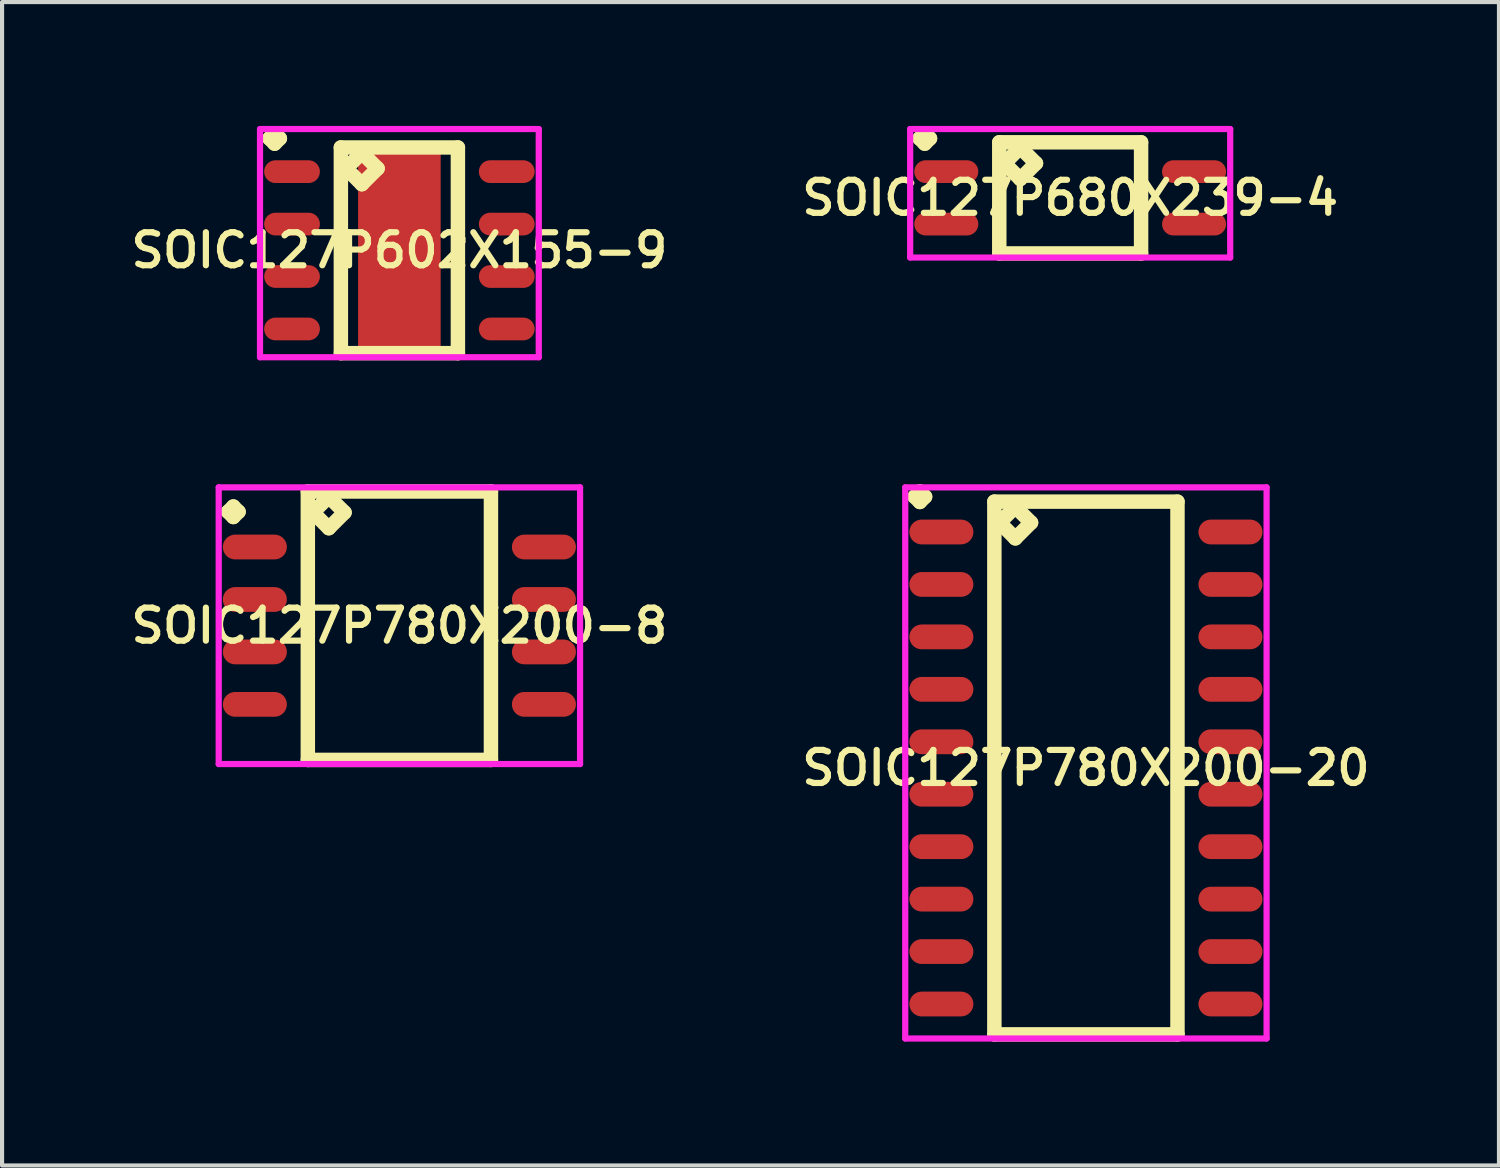
<source format=kicad_pcb>
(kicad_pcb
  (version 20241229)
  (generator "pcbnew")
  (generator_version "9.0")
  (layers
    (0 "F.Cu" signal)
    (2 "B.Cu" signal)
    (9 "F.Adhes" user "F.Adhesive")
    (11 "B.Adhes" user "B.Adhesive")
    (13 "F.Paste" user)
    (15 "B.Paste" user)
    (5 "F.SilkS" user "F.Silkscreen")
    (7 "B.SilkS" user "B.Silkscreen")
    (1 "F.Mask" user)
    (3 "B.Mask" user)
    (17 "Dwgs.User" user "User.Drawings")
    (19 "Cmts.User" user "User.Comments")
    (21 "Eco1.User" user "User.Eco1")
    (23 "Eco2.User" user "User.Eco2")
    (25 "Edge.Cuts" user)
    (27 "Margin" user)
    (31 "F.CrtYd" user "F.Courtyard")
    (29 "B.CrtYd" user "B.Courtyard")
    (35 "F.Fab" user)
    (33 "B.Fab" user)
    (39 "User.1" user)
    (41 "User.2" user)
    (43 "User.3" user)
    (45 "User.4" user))
  (footprint "SOIC127P780X200-8"
    (layer "F.Cu")
    (at 6.621 12.101)
    (property "Reference" "SOIC127P780X200-8" (at 0 0 0) (layer "F.SilkS") (effects (font (size 0.8 0.8) (thickness 0.15))))
    (attr smd)
    (fp_line (start -4.148 -2.759) (end -4.021 -2.886) (stroke (width 0.35) (type solid)) (layer "F.SilkS"))
    (fp_line (start -4.021 -2.886) (end -3.894 -2.759) (stroke (width 0.35) (type solid)) (layer "F.SilkS"))
    (fp_line (start -4.021 -2.632) (end -4.148 -2.759) (stroke (width 0.35) (type solid)) (layer "F.SilkS"))
    (fp_line (start -3.894 -2.759) (end -4.021 -2.632) (stroke (width 0.35) (type solid)) (layer "F.SilkS"))
    (fp_line (start -2.217 -3.25) (end -2.217 3.25) (stroke (width 0.35) (type solid)) (layer "F.SilkS"))
    (fp_line (start -2.217 3.25) (end 2.217 3.25) (stroke (width 0.35) (type solid)) (layer "F.SilkS"))
    (fp_line (start -2.09 -2.742) (end -1.709 -3.123) (stroke (width 0.35) (type solid)) (layer "F.SilkS"))
    (fp_line (start -1.709 -3.123) (end -1.328 -2.742) (stroke (width 0.35) (type solid)) (layer "F.SilkS"))
    (fp_line (start -1.709 -2.361) (end -2.09 -2.742) (stroke (width 0.35) (type solid)) (layer "F.SilkS"))
    (fp_line (start -1.328 -2.742) (end -1.709 -2.361) (stroke (width 0.35) (type solid)) (layer "F.SilkS"))
    (fp_line (start 2.217 -3.25) (end -2.217 -3.25) (stroke (width 0.35) (type solid)) (layer "F.SilkS"))
    (fp_line (start 2.217 3.25) (end 2.217 -3.25) (stroke (width 0.35) (type solid)) (layer "F.SilkS"))
    (fp_line (start -4.375 -3.35) (end 4.375 -3.35) (stroke (width 0.15) (type solid)) (layer "F.CrtYd"))
    (fp_line (start -4.375 3.35) (end -4.375 -3.35) (stroke (width 0.15) (type solid)) (layer "F.CrtYd"))
    (fp_line (start 4.375 -3.35) (end 4.375 3.35) (stroke (width 0.15) (type solid)) (layer "F.CrtYd"))
    (fp_line (start 4.375 3.35) (end -4.375 3.35) (stroke (width 0.15) (type solid)) (layer "F.CrtYd"))
    (pad "1" smd oval (at -3.5 -1.905) (size 1.55 0.6) (layers "F.Cu" "F.Mask" "F.Paste"))
    (pad "2" smd oval (at -3.5 -0.635) (size 1.55 0.6) (layers "F.Cu" "F.Mask" "F.Paste"))
    (pad "3" smd oval (at -3.5 0.635) (size 1.55 0.6) (layers "F.Cu" "F.Mask" "F.Paste"))
    (pad "4" smd oval (at -3.5 1.905) (size 1.55 0.6) (layers "F.Cu" "F.Mask" "F.Paste"))
    (pad "5" smd oval (at 3.5 1.905) (size 1.55 0.6) (layers "F.Cu" "F.Mask" "F.Paste"))
    (pad "6" smd oval (at 3.5 0.635) (size 1.55 0.6) (layers "F.Cu" "F.Mask" "F.Paste"))
    (pad "7" smd oval (at 3.5 -0.635) (size 1.55 0.6) (layers "F.Cu" "F.Mask" "F.Paste"))
    (pad "8" smd oval (at 3.5 -1.905) (size 1.55 0.6) (layers "F.Cu" "F.Mask" "F.Paste")))
  (footprint "SOIC127P680X239-4"
    (layer "F.Cu")
    (at 22.864 1.741)
    (property "Reference" "SOIC127P680X239-4" (at 0 0 0) (layer "F.SilkS") (effects (font (size 0.8 0.8) (thickness 0.15))))
    (attr smd)
    (fp_line (start -3.648 -1.439) (end -3.521 -1.566) (stroke (width 0.35) (type solid)) (layer "F.SilkS"))
    (fp_line (start -3.521 -1.566) (end -3.394 -1.439) (stroke (width 0.35) (type solid)) (layer "F.SilkS"))
    (fp_line (start -3.521 -1.312) (end -3.648 -1.439) (stroke (width 0.35) (type solid)) (layer "F.SilkS"))
    (fp_line (start -3.394 -1.439) (end -3.521 -1.312) (stroke (width 0.35) (type solid)) (layer "F.SilkS"))
    (fp_line (start -1.717 -1.345) (end -1.717 1.345) (stroke (width 0.35) (type solid)) (layer "F.SilkS"))
    (fp_line (start -1.717 1.345) (end 1.717 1.345) (stroke (width 0.35) (type solid)) (layer "F.SilkS"))
    (fp_line (start -1.59 -0.837) (end -1.209 -1.218) (stroke (width 0.35) (type solid)) (layer "F.SilkS"))
    (fp_line (start -1.209 -1.218) (end -0.828 -0.837) (stroke (width 0.35) (type solid)) (layer "F.SilkS"))
    (fp_line (start -1.209 -0.456) (end -1.59 -0.837) (stroke (width 0.35) (type solid)) (layer "F.SilkS"))
    (fp_line (start -0.828 -0.837) (end -1.209 -0.456) (stroke (width 0.35) (type solid)) (layer "F.SilkS"))
    (fp_line (start 1.717 -1.345) (end -1.717 -1.345) (stroke (width 0.35) (type solid)) (layer "F.SilkS"))
    (fp_line (start 1.717 1.345) (end 1.717 -1.345) (stroke (width 0.35) (type solid)) (layer "F.SilkS"))
    (fp_line (start -3.875 -1.666) (end 3.875 -1.666) (stroke (width 0.15) (type solid)) (layer "F.CrtYd"))
    (fp_line (start -3.875 1.445) (end -3.875 -1.666) (stroke (width 0.15) (type solid)) (layer "F.CrtYd"))
    (fp_line (start 3.875 -1.666) (end 3.875 1.445) (stroke (width 0.15) (type solid)) (layer "F.CrtYd"))
    (fp_line (start 3.875 1.445) (end -3.875 1.445) (stroke (width 0.15) (type solid)) (layer "F.CrtYd"))
    (pad "1" smd oval (at -3 -0.635) (size 1.55 0.55) (layers "F.Cu" "F.Mask" "F.Paste"))
    (pad "2" smd oval (at -3 0.635) (size 1.55 0.55) (layers "F.Cu" "F.Mask" "F.Paste"))
    (pad "3" smd oval (at 3 0.635) (size 1.55 0.55) (layers "F.Cu" "F.Mask" "F.Paste"))
    (pad "4" smd oval (at 3 -0.635) (size 1.55 0.55) (layers "F.Cu" "F.Mask" "F.Paste")))
  (footprint "SOIC127P602X155-9"
    (layer "F.Cu")
    (at 6.621 3.011)
    (property "Reference" "SOIC127P602X155-9" (at 0 0 0) (layer "F.SilkS") (effects (font (size 0.8 0.8) (thickness 0.15))))
    (attr smd)
    (fp_line (start -3.148 -2.709) (end -3.021 -2.836) (stroke (width 0.35) (type solid)) (layer "F.SilkS"))
    (fp_line (start -3.021 -2.836) (end -2.894 -2.709) (stroke (width 0.35) (type solid)) (layer "F.SilkS"))
    (fp_line (start -3.021 -2.582) (end -3.148 -2.709) (stroke (width 0.35) (type solid)) (layer "F.SilkS"))
    (fp_line (start -2.894 -2.709) (end -3.021 -2.582) (stroke (width 0.35) (type solid)) (layer "F.SilkS"))
    (fp_line (start -1.417 -2.49) (end -1.417 2.49) (stroke (width 0.35) (type solid)) (layer "F.SilkS"))
    (fp_line (start -1.417 2.49) (end 1.417 2.49) (stroke (width 0.35) (type solid)) (layer "F.SilkS"))
    (fp_line (start -1.29 -1.982) (end -0.909 -2.363) (stroke (width 0.35) (type solid)) (layer "F.SilkS"))
    (fp_line (start -0.909 -2.363) (end -0.528 -1.982) (stroke (width 0.35) (type solid)) (layer "F.SilkS"))
    (fp_line (start -0.909 -1.601) (end -1.29 -1.982) (stroke (width 0.35) (type solid)) (layer "F.SilkS"))
    (fp_line (start -0.528 -1.982) (end -0.909 -1.601) (stroke (width 0.35) (type solid)) (layer "F.SilkS"))
    (fp_line (start 1.417 -2.49) (end -1.417 -2.49) (stroke (width 0.35) (type solid)) (layer "F.SilkS"))
    (fp_line (start 1.417 2.49) (end 1.417 -2.49) (stroke (width 0.35) (type solid)) (layer "F.SilkS"))
    (fp_line (start -3.375 -2.936) (end 3.375 -2.936) (stroke (width 0.15) (type solid)) (layer "F.CrtYd"))
    (fp_line (start -3.375 2.59) (end -3.375 -2.936) (stroke (width 0.15) (type solid)) (layer "F.CrtYd"))
    (fp_line (start 3.375 -2.936) (end 3.375 2.59) (stroke (width 0.15) (type solid)) (layer "F.CrtYd"))
    (fp_line (start 3.375 2.59) (end -3.375 2.59) (stroke (width 0.15) (type solid)) (layer "F.CrtYd"))
    (pad "1" smd oval (at -2.6 -1.905) (size 1.35 0.55) (layers "F.Cu" "F.Mask" "F.Paste"))
    (pad "2" smd oval (at -2.6 -0.635) (size 1.35 0.55) (layers "F.Cu" "F.Mask" "F.Paste"))
    (pad "3" smd oval (at -2.6 0.635) (size 1.35 0.55) (layers "F.Cu" "F.Mask" "F.Paste"))
    (pad "4" smd oval (at -2.6 1.905) (size 1.35 0.55) (layers "F.Cu" "F.Mask" "F.Paste"))
    (pad "5" smd oval (at 2.6 1.905) (size 1.35 0.55) (layers "F.Cu" "F.Mask" "F.Paste"))
    (pad "6" smd oval (at 2.6 0.635) (size 1.35 0.55) (layers "F.Cu" "F.Mask" "F.Paste"))
    (pad "7" smd oval (at 2.6 -0.635) (size 1.35 0.55) (layers "F.Cu" "F.Mask" "F.Paste"))
    (pad "8" smd oval (at 2.6 -1.905) (size 1.35 0.55) (layers "F.Cu" "F.Mask" "F.Paste"))
    (pad "9" smd rect (at 0 0) (size 2 4.95) (layers "F.Cu" "F.Mask" "F.Paste")))
  (footprint "SOIC127P780X200-20"
    (layer "F.Cu")
    (at 23.245 15.547)
    (property "Reference" "SOIC127P780X200-20" (at 0 0 0) (layer "F.SilkS") (effects (font (size 0.8 0.8) (thickness 0.15))))
    (attr smd)
    (fp_line (start -4.148 -6.569) (end -4.021 -6.696) (stroke (width 0.35) (type solid)) (layer "F.SilkS"))
    (fp_line (start -4.021 -6.696) (end -3.894 -6.569) (stroke (width 0.35) (type solid)) (layer "F.SilkS"))
    (fp_line (start -4.021 -6.442) (end -4.148 -6.569) (stroke (width 0.35) (type solid)) (layer "F.SilkS"))
    (fp_line (start -3.894 -6.569) (end -4.021 -6.442) (stroke (width 0.35) (type solid)) (layer "F.SilkS"))
    (fp_line (start -2.217 -6.45) (end -2.217 6.45) (stroke (width 0.35) (type solid)) (layer "F.SilkS"))
    (fp_line (start -2.217 6.45) (end 2.217 6.45) (stroke (width 0.35) (type solid)) (layer "F.SilkS"))
    (fp_line (start -2.09 -5.942) (end -1.709 -6.323) (stroke (width 0.35) (type solid)) (layer "F.SilkS"))
    (fp_line (start -1.709 -6.323) (end -1.328 -5.942) (stroke (width 0.35) (type solid)) (layer "F.SilkS"))
    (fp_line (start -1.709 -5.561) (end -2.09 -5.942) (stroke (width 0.35) (type solid)) (layer "F.SilkS"))
    (fp_line (start -1.328 -5.942) (end -1.709 -5.561) (stroke (width 0.35) (type solid)) (layer "F.SilkS"))
    (fp_line (start 2.217 -6.45) (end -2.217 -6.45) (stroke (width 0.35) (type solid)) (layer "F.SilkS"))
    (fp_line (start 2.217 6.45) (end 2.217 -6.45) (stroke (width 0.35) (type solid)) (layer "F.SilkS"))
    (fp_line (start -4.375 -6.796) (end 4.375 -6.796) (stroke (width 0.15) (type solid)) (layer "F.CrtYd"))
    (fp_line (start -4.375 6.55) (end -4.375 -6.796) (stroke (width 0.15) (type solid)) (layer "F.CrtYd"))
    (fp_line (start 4.375 -6.796) (end 4.375 6.55) (stroke (width 0.15) (type solid)) (layer "F.CrtYd"))
    (fp_line (start 4.375 6.55) (end -4.375 6.55) (stroke (width 0.15) (type solid)) (layer "F.CrtYd"))
    (pad "1" smd oval (at -3.5 -5.715) (size 1.55 0.6) (layers "F.Cu" "F.Mask" "F.Paste"))
    (pad "2" smd oval (at -3.5 -4.445) (size 1.55 0.6) (layers "F.Cu" "F.Mask" "F.Paste"))
    (pad "3" smd oval (at -3.5 -3.175) (size 1.55 0.6) (layers "F.Cu" "F.Mask" "F.Paste"))
    (pad "4" smd oval (at -3.5 -1.905) (size 1.55 0.6) (layers "F.Cu" "F.Mask" "F.Paste"))
    (pad "5" smd oval (at -3.5 -0.635) (size 1.55 0.6) (layers "F.Cu" "F.Mask" "F.Paste"))
    (pad "6" smd oval (at -3.5 0.635) (size 1.55 0.6) (layers "F.Cu" "F.Mask" "F.Paste"))
    (pad "7" smd oval (at -3.5 1.905) (size 1.55 0.6) (layers "F.Cu" "F.Mask" "F.Paste"))
    (pad "8" smd oval (at -3.5 3.175) (size 1.55 0.6) (layers "F.Cu" "F.Mask" "F.Paste"))
    (pad "9" smd oval (at -3.5 4.445) (size 1.55 0.6) (layers "F.Cu" "F.Mask" "F.Paste"))
    (pad "10" smd oval (at -3.5 5.715) (size 1.55 0.6) (layers "F.Cu" "F.Mask" "F.Paste"))
    (pad "11" smd oval (at 3.5 5.715) (size 1.55 0.6) (layers "F.Cu" "F.Mask" "F.Paste"))
    (pad "12" smd oval (at 3.5 4.445) (size 1.55 0.6) (layers "F.Cu" "F.Mask" "F.Paste"))
    (pad "13" smd oval (at 3.5 3.175) (size 1.55 0.6) (layers "F.Cu" "F.Mask" "F.Paste"))
    (pad "14" smd oval (at 3.5 1.905) (size 1.55 0.6) (layers "F.Cu" "F.Mask" "F.Paste"))
    (pad "15" smd oval (at 3.5 0.635) (size 1.55 0.6) (layers "F.Cu" "F.Mask" "F.Paste"))
    (pad "16" smd oval (at 3.5 -0.635) (size 1.55 0.6) (layers "F.Cu" "F.Mask" "F.Paste"))
    (pad "17" smd oval (at 3.5 -1.905) (size 1.55 0.6) (layers "F.Cu" "F.Mask" "F.Paste"))
    (pad "18" smd oval (at 3.5 -3.175) (size 1.55 0.6) (layers "F.Cu" "F.Mask" "F.Paste"))
    (pad "19" smd oval (at 3.5 -4.445) (size 1.55 0.6) (layers "F.Cu" "F.Mask" "F.Paste"))
    (pad "20" smd oval (at 3.5 -5.715) (size 1.55 0.6) (layers "F.Cu" "F.Mask" "F.Paste")))
  (gr_rect
    (start -3 -3)
    (end 33.247 25.172)
    (stroke (width 0.1) (type default))
    (fill no)
    (layer "Edge.Cuts")))
</source>
